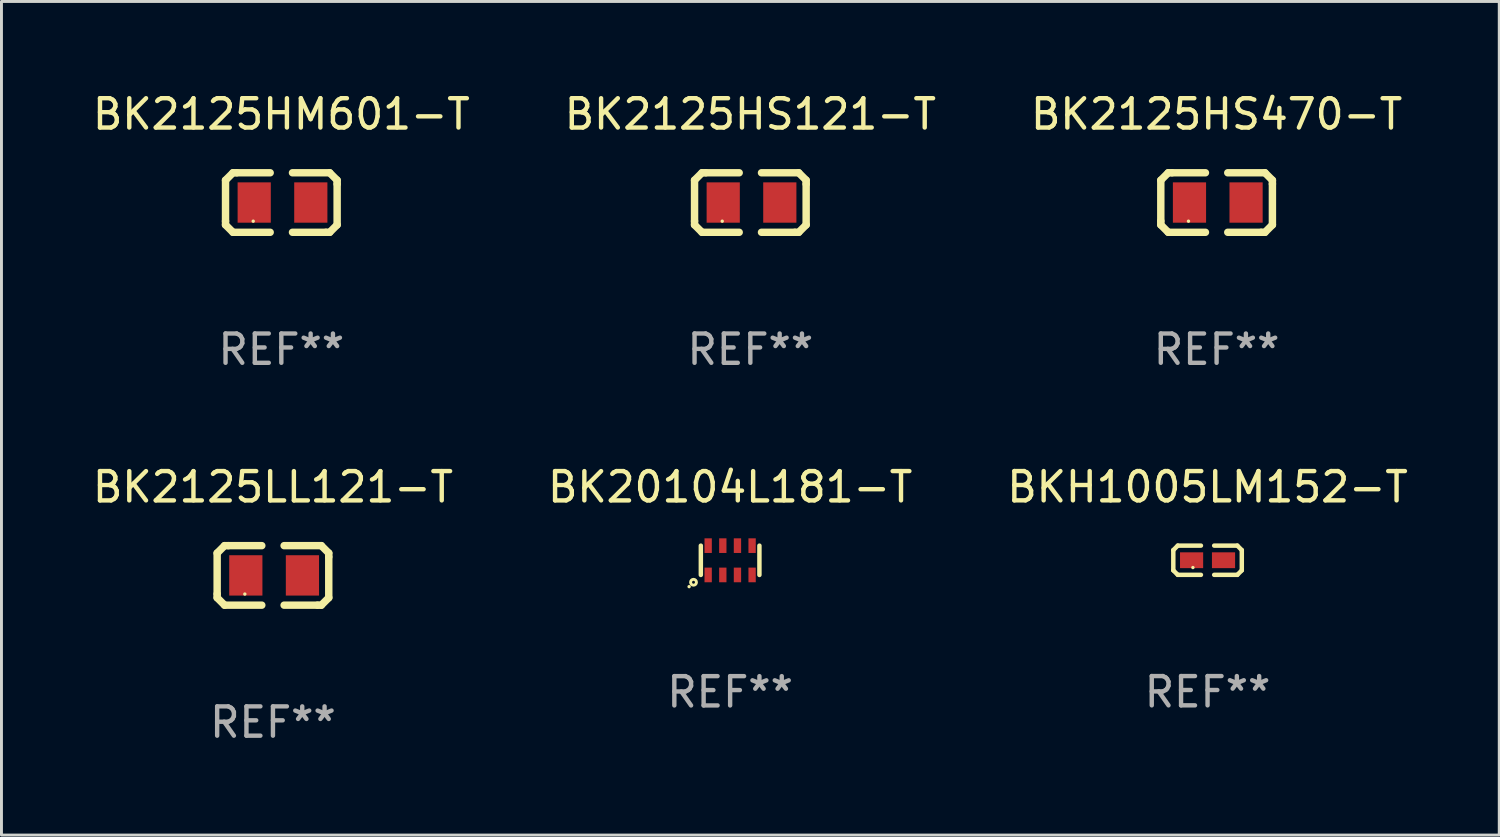
<source format=kicad_pcb>
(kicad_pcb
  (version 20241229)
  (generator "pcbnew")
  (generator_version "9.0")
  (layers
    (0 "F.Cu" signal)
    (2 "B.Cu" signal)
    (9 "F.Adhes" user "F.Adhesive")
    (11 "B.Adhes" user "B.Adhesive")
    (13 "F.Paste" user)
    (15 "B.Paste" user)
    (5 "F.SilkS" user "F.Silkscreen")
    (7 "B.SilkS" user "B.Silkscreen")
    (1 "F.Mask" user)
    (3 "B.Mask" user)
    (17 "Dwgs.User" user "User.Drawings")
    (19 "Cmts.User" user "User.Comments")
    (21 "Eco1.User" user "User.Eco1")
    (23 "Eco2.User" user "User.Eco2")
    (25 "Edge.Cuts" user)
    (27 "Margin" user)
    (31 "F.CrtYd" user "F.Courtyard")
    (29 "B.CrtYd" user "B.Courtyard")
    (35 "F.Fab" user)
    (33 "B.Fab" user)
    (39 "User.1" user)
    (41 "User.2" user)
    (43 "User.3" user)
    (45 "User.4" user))
  (footprint "BK2125HM601-T"
    (layer "F.Cu")
    (at 6.554 3.864)
    (property "Reference" "BK2125HM601-T" (at 0 -3.016 0) (layer "F.SilkS") (effects (font (size 1 1) (thickness 0.15))))
    (attr through_hole)
    (fp_line (start -1.905 -0.762) (end -1.905 0.635) (stroke (width 0.254) (type solid)) (layer "F.SilkS"))
    (fp_line (start -1.905 0.635) (end -1.905 0.762) (stroke (width 0.254) (type solid)) (layer "F.SilkS"))
    (fp_line (start -1.905 0.762) (end -1.651 1.016) (stroke (width 0.254) (type solid)) (layer "F.SilkS"))
    (fp_line (start -1.651 -1.016) (end -1.905 -0.762) (stroke (width 0.254) (type solid)) (layer "F.SilkS"))
    (fp_line (start -1.651 1.016) (end -0.381 1.016) (stroke (width 0.254) (type solid)) (layer "F.SilkS"))
    (fp_line (start -1.524 -1.016) (end -1.651 -1.016) (stroke (width 0.254) (type solid)) (layer "F.SilkS"))
    (fp_line (start -0.381 -1.016) (end -1.524 -1.016) (stroke (width 0.254) (type solid)) (layer "F.SilkS"))
    (fp_line (start 0.381 1.016) (end 1.524 1.016) (stroke (width 0.254) (type solid)) (layer "F.SilkS"))
    (fp_line (start 1.524 1.016) (end 1.651 1.016) (stroke (width 0.254) (type solid)) (layer "F.SilkS"))
    (fp_line (start 1.651 -1.016) (end 0.381 -1.016) (stroke (width 0.254) (type solid)) (layer "F.SilkS"))
    (fp_line (start 1.651 1.016) (end 1.905 0.762) (stroke (width 0.254) (type solid)) (layer "F.SilkS"))
    (fp_line (start 1.905 -0.762) (end 1.651 -1.016) (stroke (width 0.254) (type solid)) (layer "F.SilkS"))
    (fp_line (start 1.905 -0.635) (end 1.905 -0.762) (stroke (width 0.254) (type solid)) (layer "F.SilkS"))
    (fp_line (start 1.905 0.762) (end 1.905 -0.635) (stroke (width 0.254) (type solid)) (layer "F.SilkS"))
    (fp_circle (center -0.96 0.637) (end -0.93 0.637) (stroke (width 0.06) (type solid)) (fill no) (layer "F.SilkS"))
    (fp_text user "REF**" (at 0 5.016 0) (layer "F.Fab") (effects (font (size 1 1) (thickness 0.15))))
    (pad "1" smd rect (at -0.926 -0.000051) (size 1.133 1.377) (layers "F.Cu" "F.Mask" "F.Paste"))
    (pad "2" smd rect (at 1.006 -0.000051) (size 1.133 1.377) (layers "F.Cu" "F.Mask" "F.Paste")))
  (footprint "BK20104L181-T"
    (layer "F.Cu")
    (at 21.875 16.077)
    (property "Reference" "BK20104L181-T" (at 0 -2.5 0) (layer "F.SilkS") (effects (font (size 1 1) (thickness 0.15))))
    (attr through_hole)
    (fp_line (start -1 -0.5) (end -1 0.5) (stroke (width 0.152) (type solid)) (layer "F.SilkS"))
    (fp_line (start 1 -0.5) (end 1 0.5) (stroke (width 0.152) (type solid)) (layer "F.SilkS"))
    (fp_circle (center -1.4 0.9) (end -1.37 0.9) (stroke (width 0.06) (type solid)) (fill no) (layer "F.SilkS"))
    (fp_circle (center -1.25 0.75) (end -1.15 0.75) (stroke (width 0.1) (type solid)) (fill no) (layer "F.SilkS"))
    (fp_text user "REF**" (at 0 4.5 0) (layer "F.Fab") (effects (font (size 1 1) (thickness 0.15))))
    (pad "1" smd rect (at -0.75 0.5 180) (size 0.25 0.5) (layers "F.Cu" "F.Mask" "F.Paste"))
    (pad "2" smd rect (at -0.25 0.5 180) (size 0.25 0.5) (layers "F.Cu" "F.Mask" "F.Paste"))
    (pad "3" smd rect (at 0.25 0.5 180) (size 0.25 0.5) (layers "F.Cu" "F.Mask" "F.Paste"))
    (pad "4" smd rect (at 0.75 0.5 180) (size 0.25 0.5) (layers "F.Cu" "F.Mask" "F.Paste"))
    (pad "5" smd rect (at 0.75 -0.5) (size 0.25 0.5) (layers "F.Cu" "F.Mask" "F.Paste"))
    (pad "6" smd rect (at 0.25 -0.5) (size 0.25 0.5) (layers "F.Cu" "F.Mask" "F.Paste"))
    (pad "7" smd rect (at -0.25 -0.5) (size 0.25 0.5) (layers "F.Cu" "F.Mask" "F.Paste"))
    (pad "8" smd rect (at -0.75 -0.5) (size 0.25 0.5) (layers "F.Cu" "F.Mask" "F.Paste")))
  (footprint "BK2125HS121-T"
    (layer "F.Cu")
    (at 22.565 3.864)
    (property "Reference" "BK2125HS121-T" (at 0 -3.016 0) (layer "F.SilkS") (effects (font (size 1 1) (thickness 0.15))))
    (attr through_hole)
    (fp_line (start -1.905 -0.762) (end -1.905 0.635) (stroke (width 0.254) (type solid)) (layer "F.SilkS"))
    (fp_line (start -1.905 0.635) (end -1.905 0.762) (stroke (width 0.254) (type solid)) (layer "F.SilkS"))
    (fp_line (start -1.905 0.762) (end -1.651 1.016) (stroke (width 0.254) (type solid)) (layer "F.SilkS"))
    (fp_line (start -1.651 -1.016) (end -1.905 -0.762) (stroke (width 0.254) (type solid)) (layer "F.SilkS"))
    (fp_line (start -1.651 1.016) (end -0.381 1.016) (stroke (width 0.254) (type solid)) (layer "F.SilkS"))
    (fp_line (start -1.524 -1.016) (end -1.651 -1.016) (stroke (width 0.254) (type solid)) (layer "F.SilkS"))
    (fp_line (start -0.381 -1.016) (end -1.524 -1.016) (stroke (width 0.254) (type solid)) (layer "F.SilkS"))
    (fp_line (start 0.381 1.016) (end 1.524 1.016) (stroke (width 0.254) (type solid)) (layer "F.SilkS"))
    (fp_line (start 1.524 1.016) (end 1.651 1.016) (stroke (width 0.254) (type solid)) (layer "F.SilkS"))
    (fp_line (start 1.651 -1.016) (end 0.381 -1.016) (stroke (width 0.254) (type solid)) (layer "F.SilkS"))
    (fp_line (start 1.651 1.016) (end 1.905 0.762) (stroke (width 0.254) (type solid)) (layer "F.SilkS"))
    (fp_line (start 1.905 -0.762) (end 1.651 -1.016) (stroke (width 0.254) (type solid)) (layer "F.SilkS"))
    (fp_line (start 1.905 -0.635) (end 1.905 -0.762) (stroke (width 0.254) (type solid)) (layer "F.SilkS"))
    (fp_line (start 1.905 0.762) (end 1.905 -0.635) (stroke (width 0.254) (type solid)) (layer "F.SilkS"))
    (fp_circle (center -0.96 0.637) (end -0.93 0.637) (stroke (width 0.06) (type solid)) (fill no) (layer "F.SilkS"))
    (fp_text user "REF**" (at 0 5.016 0) (layer "F.Fab") (effects (font (size 1 1) (thickness 0.15))))
    (pad "1" smd rect (at -0.926 -0.000051) (size 1.133 1.377) (layers "F.Cu" "F.Mask" "F.Paste"))
    (pad "2" smd rect (at 1.006 -0.000051) (size 1.133 1.377) (layers "F.Cu" "F.Mask" "F.Paste")))
  (footprint "BKH1005LM152-T"
    (layer "F.Cu")
    (at 38.173 16.075)
    (property "Reference" "BKH1005LM152-T" (at 0 -2.499 0) (layer "F.SilkS") (effects (font (size 1 1) (thickness 0.15))))
    (attr through_hole)
    (fp_line (start -1.169 -0.346) (end -1.016 -0.499) (stroke (width 0.152) (type solid)) (layer "F.SilkS"))
    (fp_line (start -1.169 0.346) (end -1.169 -0.346) (stroke (width 0.152) (type solid)) (layer "F.SilkS"))
    (fp_line (start -1.016 -0.499) (end -0.226 -0.499) (stroke (width 0.152) (type solid)) (layer "F.SilkS"))
    (fp_line (start -1.016 0.499) (end -1.169 0.346) (stroke (width 0.152) (type solid)) (layer "F.SilkS"))
    (fp_line (start -0.226 0.499) (end -1.016 0.499) (stroke (width 0.152) (type solid)) (layer "F.SilkS"))
    (fp_line (start 0.226 0.499) (end 1.016 0.499) (stroke (width 0.152) (type solid)) (layer "F.SilkS"))
    (fp_line (start 1.016 -0.499) (end 0.226 -0.499) (stroke (width 0.152) (type solid)) (layer "F.SilkS"))
    (fp_line (start 1.016 0.499) (end 1.169 0.346) (stroke (width 0.152) (type solid)) (layer "F.SilkS"))
    (fp_line (start 1.169 -0.346) (end 1.016 -0.499) (stroke (width 0.152) (type solid)) (layer "F.SilkS"))
    (fp_line (start 1.169 0.346) (end 1.169 -0.346) (stroke (width 0.152) (type solid)) (layer "F.SilkS"))
    (fp_circle (center -0.5 0.25) (end -0.47 0.25) (stroke (width 0.06) (type solid)) (fill no) (layer "F.SilkS"))
    (fp_text user "REF**" (at 0 4.499 0) (layer "F.Fab") (effects (font (size 1 1) (thickness 0.15))))
    (pad "1" smd rect (at -0.545 0) (size 0.79 0.54) (layers "F.Cu" "F.Mask" "F.Paste"))
    (pad "2" smd rect (at 0.545 0) (size 0.79 0.54) (layers "F.Cu" "F.Mask" "F.Paste")))
  (footprint "BK2125LL121-T"
    (layer "F.Cu")
    (at 6.268 16.593)
    (property "Reference" "BK2125LL121-T" (at 0 -3.016 0) (layer "F.SilkS") (effects (font (size 1 1) (thickness 0.15))))
    (attr through_hole)
    (fp_line (start -1.905 -0.762) (end -1.905 0.635) (stroke (width 0.254) (type solid)) (layer "F.SilkS"))
    (fp_line (start -1.905 0.635) (end -1.905 0.762) (stroke (width 0.254) (type solid)) (layer "F.SilkS"))
    (fp_line (start -1.905 0.762) (end -1.651 1.016) (stroke (width 0.254) (type solid)) (layer "F.SilkS"))
    (fp_line (start -1.651 -1.016) (end -1.905 -0.762) (stroke (width 0.254) (type solid)) (layer "F.SilkS"))
    (fp_line (start -1.651 1.016) (end -0.381 1.016) (stroke (width 0.254) (type solid)) (layer "F.SilkS"))
    (fp_line (start -1.524 -1.016) (end -1.651 -1.016) (stroke (width 0.254) (type solid)) (layer "F.SilkS"))
    (fp_line (start -0.381 -1.016) (end -1.524 -1.016) (stroke (width 0.254) (type solid)) (layer "F.SilkS"))
    (fp_line (start 0.381 1.016) (end 1.524 1.016) (stroke (width 0.254) (type solid)) (layer "F.SilkS"))
    (fp_line (start 1.524 1.016) (end 1.651 1.016) (stroke (width 0.254) (type solid)) (layer "F.SilkS"))
    (fp_line (start 1.651 -1.016) (end 0.381 -1.016) (stroke (width 0.254) (type solid)) (layer "F.SilkS"))
    (fp_line (start 1.651 1.016) (end 1.905 0.762) (stroke (width 0.254) (type solid)) (layer "F.SilkS"))
    (fp_line (start 1.905 -0.762) (end 1.651 -1.016) (stroke (width 0.254) (type solid)) (layer "F.SilkS"))
    (fp_line (start 1.905 -0.635) (end 1.905 -0.762) (stroke (width 0.254) (type solid)) (layer "F.SilkS"))
    (fp_line (start 1.905 0.762) (end 1.905 -0.635) (stroke (width 0.254) (type solid)) (layer "F.SilkS"))
    (fp_circle (center -0.96 0.637) (end -0.93 0.637) (stroke (width 0.06) (type solid)) (fill no) (layer "F.SilkS"))
    (fp_text user "REF**" (at 0 5.016 0) (layer "F.Fab") (effects (font (size 1 1) (thickness 0.15))))
    (pad "1" smd rect (at -0.926 -0.000051) (size 1.133 1.377) (layers "F.Cu" "F.Mask" "F.Paste"))
    (pad "2" smd rect (at 1.006 -0.000051) (size 1.133 1.377) (layers "F.Cu" "F.Mask" "F.Paste")))
  (footprint "BK2125HS470-T"
    (layer "F.Cu")
    (at 38.482 3.864)
    (property "Reference" "BK2125HS470-T" (at 0 -3.016 0) (layer "F.SilkS") (effects (font (size 1 1) (thickness 0.15))))
    (attr through_hole)
    (fp_line (start -1.905 -0.762) (end -1.905 0.635) (stroke (width 0.254) (type solid)) (layer "F.SilkS"))
    (fp_line (start -1.905 0.635) (end -1.905 0.762) (stroke (width 0.254) (type solid)) (layer "F.SilkS"))
    (fp_line (start -1.905 0.762) (end -1.651 1.016) (stroke (width 0.254) (type solid)) (layer "F.SilkS"))
    (fp_line (start -1.651 -1.016) (end -1.905 -0.762) (stroke (width 0.254) (type solid)) (layer "F.SilkS"))
    (fp_line (start -1.651 1.016) (end -0.381 1.016) (stroke (width 0.254) (type solid)) (layer "F.SilkS"))
    (fp_line (start -1.524 -1.016) (end -1.651 -1.016) (stroke (width 0.254) (type solid)) (layer "F.SilkS"))
    (fp_line (start -0.381 -1.016) (end -1.524 -1.016) (stroke (width 0.254) (type solid)) (layer "F.SilkS"))
    (fp_line (start 0.381 1.016) (end 1.524 1.016) (stroke (width 0.254) (type solid)) (layer "F.SilkS"))
    (fp_line (start 1.524 1.016) (end 1.651 1.016) (stroke (width 0.254) (type solid)) (layer "F.SilkS"))
    (fp_line (start 1.651 -1.016) (end 0.381 -1.016) (stroke (width 0.254) (type solid)) (layer "F.SilkS"))
    (fp_line (start 1.651 1.016) (end 1.905 0.762) (stroke (width 0.254) (type solid)) (layer "F.SilkS"))
    (fp_line (start 1.905 -0.762) (end 1.651 -1.016) (stroke (width 0.254) (type solid)) (layer "F.SilkS"))
    (fp_line (start 1.905 -0.635) (end 1.905 -0.762) (stroke (width 0.254) (type solid)) (layer "F.SilkS"))
    (fp_line (start 1.905 0.762) (end 1.905 -0.635) (stroke (width 0.254) (type solid)) (layer "F.SilkS"))
    (fp_circle (center -0.96 0.637) (end -0.93 0.637) (stroke (width 0.06) (type solid)) (fill no) (layer "F.SilkS"))
    (fp_text user "REF**" (at 0 5.016 0) (layer "F.Fab") (effects (font (size 1 1) (thickness 0.15))))
    (pad "1" smd rect (at -0.926 -0.000051) (size 1.133 1.377) (layers "F.Cu" "F.Mask" "F.Paste"))
    (pad "2" smd rect (at 1.006 -0.000051) (size 1.133 1.377) (layers "F.Cu" "F.Mask" "F.Paste")))
  (gr_rect
    (start -3 -3)
    (end 48.131 25.457)
    (stroke (width 0.1) (type default))
    (fill no)
    (layer "Edge.Cuts")))
</source>
